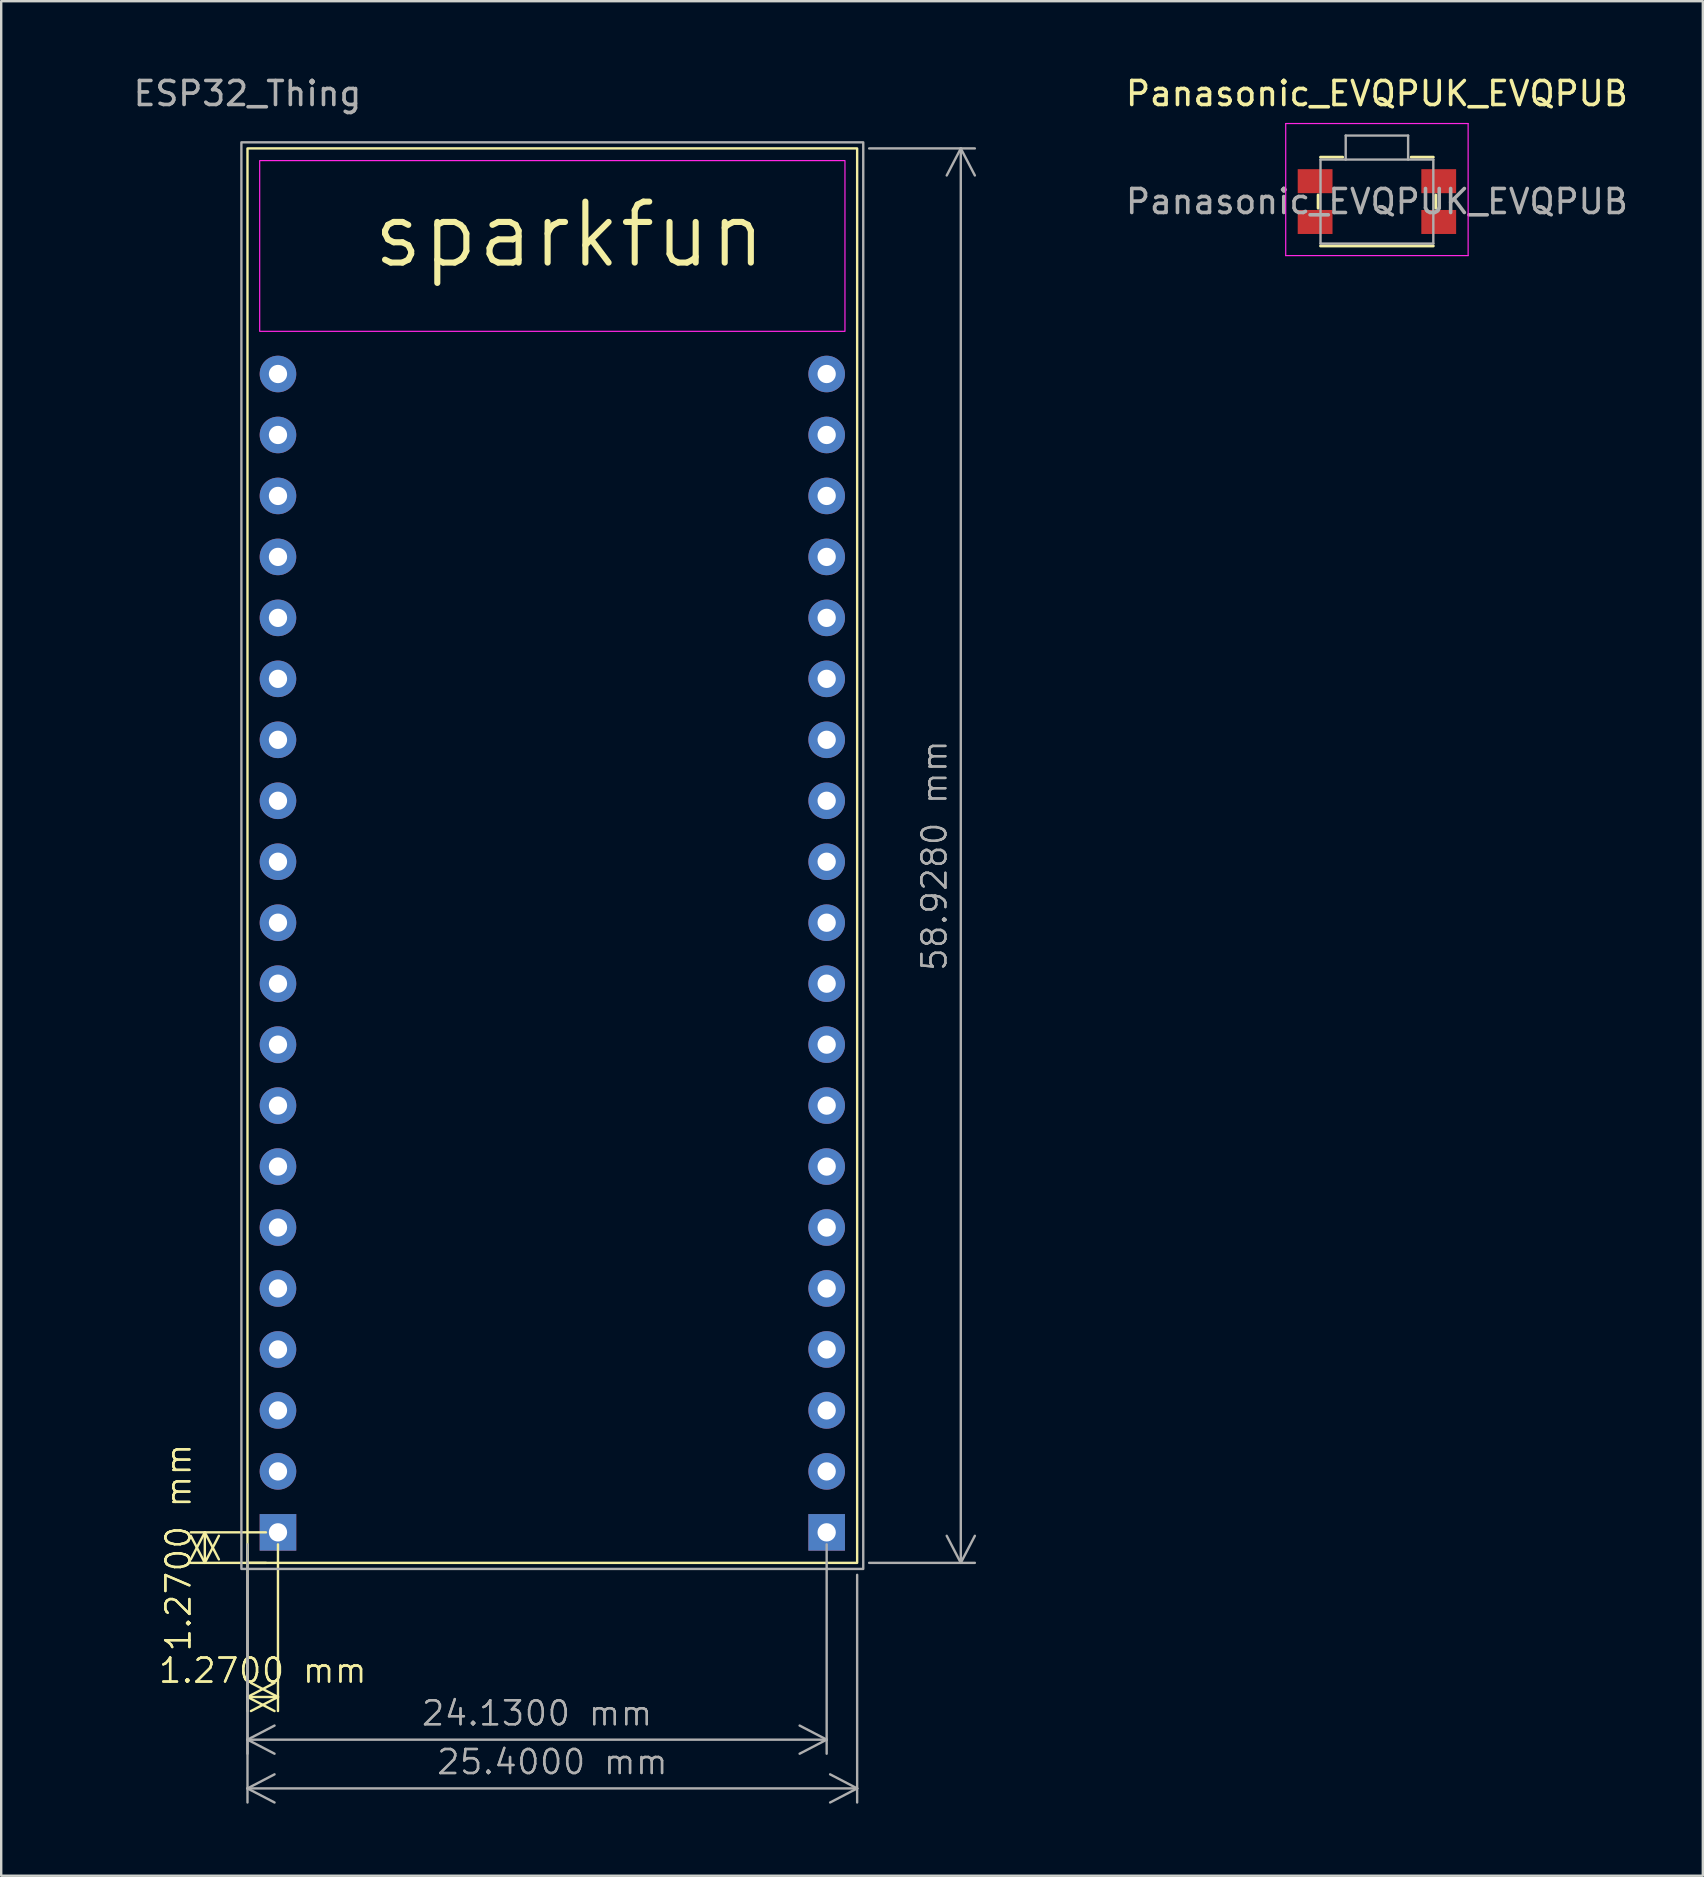
<source format=kicad_pcb>
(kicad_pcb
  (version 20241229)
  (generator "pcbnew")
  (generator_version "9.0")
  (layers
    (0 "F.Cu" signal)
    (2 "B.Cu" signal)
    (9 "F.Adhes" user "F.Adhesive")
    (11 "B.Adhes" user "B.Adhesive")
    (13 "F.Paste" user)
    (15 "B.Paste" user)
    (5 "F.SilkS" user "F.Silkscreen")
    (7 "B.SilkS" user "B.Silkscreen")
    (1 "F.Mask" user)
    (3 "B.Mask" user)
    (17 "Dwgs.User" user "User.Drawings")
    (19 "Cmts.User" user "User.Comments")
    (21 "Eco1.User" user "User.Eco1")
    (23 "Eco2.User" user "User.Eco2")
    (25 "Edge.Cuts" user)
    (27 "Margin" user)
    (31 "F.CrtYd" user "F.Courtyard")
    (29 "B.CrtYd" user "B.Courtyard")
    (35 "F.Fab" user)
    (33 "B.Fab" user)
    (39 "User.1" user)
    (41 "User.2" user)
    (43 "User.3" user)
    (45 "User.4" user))
  (footprint "ESP32_Thing"
    (layer "F.Cu")
    (at 7.261 3.134)
    (property "Reference" "ESP32_Thing" (at 0 -2.286 0) (unlocked yes) (layer "F.SilkS") (effects (font (size 1 1) (thickness 0.1))))
    (attr through_hole)
    (fp_rect (start 0 0) (end 25.4 58.928) (stroke (width 0.1) (type default)) (fill no) (layer "F.SilkS"))
    (fp_rect (start 0.508 0.508) (end 24.892 7.62) (stroke (width 0.05) (type default)) (fill no) (layer "F.CrtYd"))
    (fp_rect (start -0.254 -0.254) (end 25.654 59.182) (stroke (width 0.1) (type default)) (fill no) (layer "F.Fab"))
    (fp_text user "sparkfun" (at 5.08 5.08 0) (unlocked yes) (layer "F.SilkS") (effects (font (size 2.54 2.54) (thickness 0.254)) (justify left bottom)))
    (fp_text user "${REFERENCE}" (at 0 -2.286 0) (unlocked yes) (layer "F.Fab") (effects (font (size 1 1) (thickness 0.15))))
    (dimension (type aligned) (layer "F.SilkS") (pts (xy 8.531 60.792) (xy 7.261 60.792)) (height -6.858) (format (prefix "") (suffix "") (units 3) (units_format 1) (precision 4)) (style (thickness 0.1) (arrow_length 1.27) (text_position_mode 0) (arrow_direction outward) (extension_height 0.586) (extension_offset 0.5) (keep_text_aligned yes)) (gr_text "1.2700 mm" (at 7.896 66.55 0) (layer "F.SilkS") (effects (font (size 1 1) (thickness 0.1)))))
    (dimension (type aligned) (layer "F.SilkS") (pts (xy 8.531 60.792) (xy 8.531 62.062)) (height 3.048) (format (prefix "") (suffix "") (units 3) (units_format 1) (precision 4)) (style (thickness 0.1) (arrow_length 1.27) (text_position_mode 0) (arrow_direction outward) (extension_height 0.586) (extension_offset 0.5) (keep_text_aligned yes)) (gr_text "1.2700 mm" (at 4.383 61.427 90) (layer "F.SilkS") (effects (font (size 1 1) (thickness 0.1)))))
    (dimension (type aligned) (layer "F.Fab") (pts (xy 32.661 62.062) (xy 32.661 3.134)) (height 4.318) (format (prefix "") (suffix "") (units 3) (units_format 1) (precision 4)) (style (thickness 0.1) (arrow_length 1.27) (text_position_mode 0) (arrow_direction outward) (extension_height 0.586) (extension_offset 0.5) (keep_text_aligned yes)) (gr_text "58.9280 mm" (at 35.879 32.598 90) (layer "F.Fab") (effects (font (size 1 1) (thickness 0.1)))))
    (dimension (type aligned) (layer "F.Fab") (pts (xy 7.261 60.792) (xy 31.391 60.792)) (height 8.636) (format (prefix "") (suffix "") (units 3) (units_format 1) (precision 4)) (style (thickness 0.1) (arrow_length 1.27) (text_position_mode 0) (arrow_direction outward) (extension_height 0.586) (extension_offset 0.5) (keep_text_aligned yes)) (gr_text "24.1300 mm" (at 19.326 68.328 0) (layer "F.Fab") (effects (font (size 1 1) (thickness 0.1)))))
    (dimension (type aligned) (layer "F.Fab") (pts (xy 7.261 62.062) (xy 32.661 62.062)) (height 9.398) (format (prefix "") (suffix "") (units 3) (units_format 1) (precision 4)) (style (thickness 0.1) (arrow_length 1.27) (text_position_mode 0) (arrow_direction outward) (extension_height 0.586) (extension_offset 0.5) (keep_text_aligned yes)) (gr_text "25.4000 mm" (at 19.961 70.36 0) (layer "F.Fab") (effects (font (size 1 1) (thickness 0.1)))))
    (pad "1" thru_hole rect (at 1.27 57.658) (size 1.524 1.524) (drill 0.762) (layers "*.Cu" "*.Mask"))
    (pad "2" thru_hole circle (at 1.27 55.118) (size 1.524 1.524) (drill 0.762) (layers "*.Cu" "*.Mask"))
    (pad "3" thru_hole circle (at 1.27 52.578) (size 1.524 1.524) (drill 0.762) (layers "*.Cu" "*.Mask"))
    (pad "4" thru_hole circle (at 1.27 50.038) (size 1.524 1.524) (drill 0.762) (layers "*.Cu" "*.Mask"))
    (pad "5" thru_hole circle (at 1.27 47.498) (size 1.524 1.524) (drill 0.762) (layers "*.Cu" "*.Mask"))
    (pad "6" thru_hole circle (at 1.27 44.958) (size 1.524 1.524) (drill 0.762) (layers "*.Cu" "*.Mask"))
    (pad "7" thru_hole circle (at 1.27 42.418) (size 1.524 1.524) (drill 0.762) (layers "*.Cu" "*.Mask"))
    (pad "8" thru_hole circle (at 1.27 39.878) (size 1.524 1.524) (drill 0.762) (layers "*.Cu" "*.Mask"))
    (pad "9" thru_hole circle (at 1.27 37.338) (size 1.524 1.524) (drill 0.762) (layers "*.Cu" "*.Mask"))
    (pad "10" thru_hole circle (at 1.27 34.798) (size 1.524 1.524) (drill 0.762) (layers "*.Cu" "*.Mask"))
    (pad "11" thru_hole circle (at 1.27 32.258) (size 1.524 1.524) (drill 0.762) (layers "*.Cu" "*.Mask"))
    (pad "12" thru_hole circle (at 1.27 29.718) (size 1.524 1.524) (drill 0.762) (layers "*.Cu" "*.Mask"))
    (pad "13" thru_hole circle (at 1.27 27.178) (size 1.524 1.524) (drill 0.762) (layers "*.Cu" "*.Mask"))
    (pad "14" thru_hole circle (at 1.27 24.638) (size 1.524 1.524) (drill 0.762) (layers "*.Cu" "*.Mask"))
    (pad "15" thru_hole circle (at 1.27 22.098) (size 1.524 1.524) (drill 0.762) (layers "*.Cu" "*.Mask"))
    (pad "16" thru_hole circle (at 1.27 19.558) (size 1.524 1.524) (drill 0.762) (layers "*.Cu" "*.Mask"))
    (pad "17" thru_hole circle (at 1.27 17.018) (size 1.524 1.524) (drill 0.762) (layers "*.Cu" "*.Mask"))
    (pad "18" thru_hole circle (at 1.27 14.478) (size 1.524 1.524) (drill 0.762) (layers "*.Cu" "*.Mask"))
    (pad "19" thru_hole circle (at 1.27 11.938) (size 1.524 1.524) (drill 0.762) (layers "*.Cu" "*.Mask"))
    (pad "20" thru_hole circle (at 1.27 9.398) (size 1.524 1.524) (drill 0.762) (layers "*.Cu" "*.Mask"))
    (pad "21" thru_hole rect (at 24.13 57.658 180) (size 1.524 1.524) (drill 0.762) (layers "*.Cu" "*.Mask"))
    (pad "22" thru_hole circle (at 24.13 55.118 180) (size 1.524 1.524) (drill 0.762) (layers "*.Cu" "*.Mask"))
    (pad "23" thru_hole circle (at 24.13 52.578 180) (size 1.524 1.524) (drill 0.762) (layers "*.Cu" "*.Mask"))
    (pad "24" thru_hole circle (at 24.13 50.038 180) (size 1.524 1.524) (drill 0.762) (layers "*.Cu" "*.Mask"))
    (pad "25" thru_hole circle (at 24.13 47.498 180) (size 1.524 1.524) (drill 0.762) (layers "*.Cu" "*.Mask"))
    (pad "26" thru_hole circle (at 24.13 44.958 180) (size 1.524 1.524) (drill 0.762) (layers "*.Cu" "*.Mask"))
    (pad "27" thru_hole circle (at 24.13 42.418 180) (size 1.524 1.524) (drill 0.762) (layers "*.Cu" "*.Mask"))
    (pad "28" thru_hole circle (at 24.13 39.878 180) (size 1.524 1.524) (drill 0.762) (layers "*.Cu" "*.Mask"))
    (pad "29" thru_hole circle (at 24.13 37.338 180) (size 1.524 1.524) (drill 0.762) (layers "*.Cu" "*.Mask"))
    (pad "30" thru_hole circle (at 24.13 34.798 180) (size 1.524 1.524) (drill 0.762) (layers "*.Cu" "*.Mask"))
    (pad "31" thru_hole circle (at 24.13 32.258 180) (size 1.524 1.524) (drill 0.762) (layers "*.Cu" "*.Mask"))
    (pad "32" thru_hole circle (at 24.13 29.718 180) (size 1.524 1.524) (drill 0.762) (layers "*.Cu" "*.Mask"))
    (pad "33" thru_hole circle (at 24.13 27.178 180) (size 1.524 1.524) (drill 0.762) (layers "*.Cu" "*.Mask"))
    (pad "34" thru_hole circle (at 24.13 24.638 180) (size 1.524 1.524) (drill 0.762) (layers "*.Cu" "*.Mask"))
    (pad "35" thru_hole circle (at 24.13 22.098 180) (size 1.524 1.524) (drill 0.762) (layers "*.Cu" "*.Mask"))
    (pad "36" thru_hole circle (at 24.13 19.558 180) (size 1.524 1.524) (drill 0.762) (layers "*.Cu" "*.Mask"))
    (pad "37" thru_hole circle (at 24.13 17.018 180) (size 1.524 1.524) (drill 0.762) (layers "*.Cu" "*.Mask"))
    (pad "38" thru_hole circle (at 24.13 14.478 180) (size 1.524 1.524) (drill 0.762) (layers "*.Cu" "*.Mask"))
    (pad "39" thru_hole circle (at 24.13 11.938 180) (size 1.524 1.524) (drill 0.762) (layers "*.Cu" "*.Mask"))
    (pad "40" thru_hole circle (at 24.13 9.398 180) (size 1.524 1.524) (drill 0.762) (layers "*.Cu" "*.Mask")))
  (footprint "Panasonic_EVQPUK_EVQPUB"
    (layer "F.Cu")
    (at 54.316 5.348)
    (property "Reference" "Panasonic_EVQPUK_EVQPUB" (at 0 -4.5 0) (layer "F.SilkS") (effects (font (size 1 1) (thickness 0.15))))
    (attr smd)
    (fp_line (start -2.45 0.275) (end -2.45 -0.275) (stroke (width 0.12) (type solid)) (layer "F.SilkS"))
    (fp_line (start -1.425 -1.85) (end -2.35 -1.85) (stroke (width 0.12) (type solid)) (layer "F.SilkS"))
    (fp_line (start 2.35 -1.85) (end 1.425 -1.85) (stroke (width 0.12) (type solid)) (layer "F.SilkS"))
    (fp_line (start 2.35 1.85) (end -2.35 1.85) (stroke (width 0.12) (type solid)) (layer "F.SilkS"))
    (fp_line (start 2.45 0.275) (end 2.45 -0.275) (stroke (width 0.12) (type solid)) (layer "F.SilkS"))
    (fp_line (start -3.8 2.25) (end -3.8 -3.25) (stroke (width 0.05) (type solid)) (layer "F.CrtYd"))
    (fp_line (start 3.8 -3.25) (end -3.8 -3.25) (stroke (width 0.05) (type solid)) (layer "F.CrtYd"))
    (fp_line (start 3.8 2.25) (end -3.8 2.25) (stroke (width 0.05) (type solid)) (layer "F.CrtYd"))
    (fp_line (start 3.8 2.25) (end 3.8 -3.25) (stroke (width 0.05) (type solid)) (layer "F.CrtYd"))
    (fp_line (start -2.35 1.75) (end -2.35 -1.75) (stroke (width 0.1) (type solid)) (layer "F.Fab"))
    (fp_line (start -1.3 -2.75) (end -1.3 -1.75) (stroke (width 0.1) (type solid)) (layer "F.Fab"))
    (fp_line (start 1.3 -2.75) (end -1.3 -2.75) (stroke (width 0.1) (type solid)) (layer "F.Fab"))
    (fp_line (start 1.3 -2.75) (end 1.3 -1.75) (stroke (width 0.1) (type solid)) (layer "F.Fab"))
    (fp_line (start 2.35 -1.75) (end -2.35 -1.75) (stroke (width 0.1) (type solid)) (layer "F.Fab"))
    (fp_line (start 2.35 1.75) (end -2.35 1.75) (stroke (width 0.1) (type solid)) (layer "F.Fab"))
    (fp_line (start 2.35 1.75) (end 2.35 -1.75) (stroke (width 0.1) (type solid)) (layer "F.Fab"))
    (fp_text user "${REFERENCE}" (at 0 0 0) (layer "F.Fab") (effects (font (size 1 1) (thickness 0.15))))
    (pad "1" smd rect (at -2.575 -0.85 180) (size 1.45 1) (layers "F.Cu" "F.Mask" "F.Paste"))
    (pad "1" smd rect (at 2.575 -0.85 180) (size 1.45 1) (layers "F.Cu" "F.Mask" "F.Paste"))
    (pad "2" smd rect (at -2.575 0.85 180) (size 1.45 1) (layers "F.Cu" "F.Mask" "F.Paste"))
    (pad "2" smd rect (at 2.575 0.85 180) (size 1.45 1) (layers "F.Cu" "F.Mask" "F.Paste")))
  (gr_rect
    (start -3 -3)
    (end 67.894 75.097)
    (stroke (width 0.1) (type default))
    (fill no)
    (layer "Edge.Cuts")))
</source>
